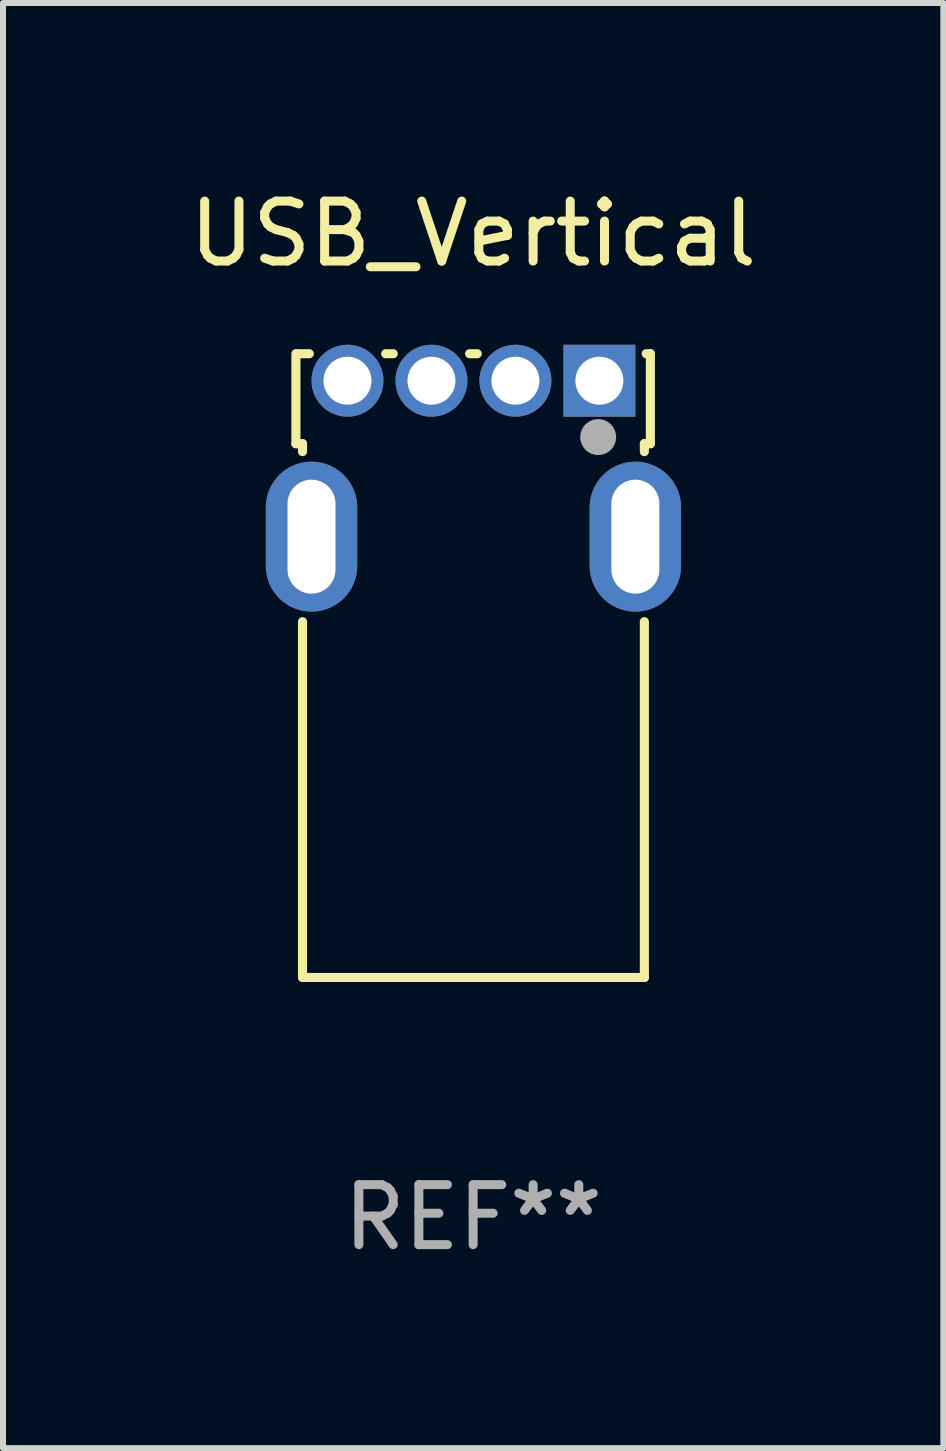
<source format=kicad_pcb>
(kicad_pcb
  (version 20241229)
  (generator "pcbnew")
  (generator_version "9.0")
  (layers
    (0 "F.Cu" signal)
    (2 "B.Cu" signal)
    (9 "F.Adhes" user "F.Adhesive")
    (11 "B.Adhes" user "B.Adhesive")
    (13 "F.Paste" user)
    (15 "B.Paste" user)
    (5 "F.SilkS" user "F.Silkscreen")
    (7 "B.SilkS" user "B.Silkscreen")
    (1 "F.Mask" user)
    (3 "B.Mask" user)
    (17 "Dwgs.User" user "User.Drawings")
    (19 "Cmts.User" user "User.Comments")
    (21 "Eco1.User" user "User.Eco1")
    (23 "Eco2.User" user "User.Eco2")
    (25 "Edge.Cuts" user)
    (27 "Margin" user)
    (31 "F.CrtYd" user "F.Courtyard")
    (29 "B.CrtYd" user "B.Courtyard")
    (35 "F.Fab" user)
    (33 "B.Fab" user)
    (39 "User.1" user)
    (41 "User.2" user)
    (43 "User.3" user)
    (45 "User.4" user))
  (footprint "USB_Vertical"
    (layer "F.Cu")
    (at 4.844 4.598)
    (property "Reference" "USB_Vertical" (at -0.005 -3.75 0) (layer "F.SilkS") (effects (font (size 1 1) (thickness 0.15))))
    (attr through_hole)
    (fp_line (start -2.96 -1.75) (end -2.96 -0.25) (stroke (width 0.152) (type solid)) (layer "F.SilkS"))
    (fp_line (start -2.96 -0.25) (end -2.85 -0.25) (stroke (width 0.152) (type solid)) (layer "F.SilkS"))
    (fp_line (start -2.85 -0.25) (end -2.85 -0.118) (stroke (width 0.152) (type solid)) (layer "F.SilkS"))
    (fp_line (start -2.85 2.718) (end -2.85 8.65) (stroke (width 0.152) (type solid)) (layer "F.SilkS"))
    (fp_line (start -2.85 8.65) (end 2.85 8.65) (stroke (width 0.152) (type solid)) (layer "F.SilkS"))
    (fp_line (start -2.737 -1.75) (end -2.94 -1.75) (stroke (width 0.152) (type solid)) (layer "F.SilkS"))
    (fp_line (start -1.337 -1.75) (end -1.463 -1.75) (stroke (width 0.152) (type solid)) (layer "F.SilkS"))
    (fp_line (start 0.063 -1.75) (end -0.063 -1.75) (stroke (width 0.152) (type solid)) (layer "F.SilkS"))
    (fp_line (start 2.85 -0.25) (end 2.95 -0.25) (stroke (width 0.152) (type solid)) (layer "F.SilkS"))
    (fp_line (start 2.85 -0.118) (end 2.85 -0.25) (stroke (width 0.152) (type solid)) (layer "F.SilkS"))
    (fp_line (start 2.85 8.65) (end 2.85 2.718) (stroke (width 0.152) (type solid)) (layer "F.SilkS"))
    (fp_line (start 2.95 -1.75) (end 2.88 -1.75) (stroke (width 0.152) (type solid)) (layer "F.SilkS"))
    (fp_line (start 2.95 -0.25) (end 2.95 -1.75) (stroke (width 0.152) (type solid)) (layer "F.SilkS"))
    (fp_circle (center 2.95 -1.75) (end 2.98 -1.75) (stroke (width 0.06) (type solid)) (fill no) (layer "F.SilkS"))
    (fp_circle (center 2.08 -0.36) (end 2.23 -0.36) (stroke (width 0.3) (type solid)) (fill no) (layer "F.Fab"))
    (fp_text user "REF**" (at -0.005 12.65 0) (layer "F.Fab") (effects (font (size 1 1) (thickness 0.15))))
    (pad "1" thru_hole rect (at 2.1 -1.3) (size 1.2 1.2) (drill 0.8) (layers "*.Cu" "*.Mask"))
    (pad "2" thru_hole circle (at 0.7 -1.3) (size 1.2 1.2) (drill 0.8) (layers "*.Cu" "*.Mask"))
    (pad "3" thru_hole circle (at -0.7 -1.3) (size 1.2 1.2) (drill 0.8) (layers "*.Cu" "*.Mask"))
    (pad "4" thru_hole circle (at -2.1 -1.3) (size 1.2 1.2) (drill 0.8) (layers "*.Cu" "*.Mask"))
    (pad "5" thru_hole oval (at -2.7 1.3) (size 1.524 2.5) (drill oval 0.8 1.9) (layers "*.Cu" "*.Mask"))
    (pad "6" thru_hole oval (at 2.7 1.3) (size 1.524 2.5) (drill oval 0.8 1.9) (layers "*.Cu" "*.Mask")))
  (gr_rect
    (start -3 -3)
    (end 12.679 21.096)
    (stroke (width 0.1) (type default))
    (fill no)
    (layer "Edge.Cuts")))
</source>
